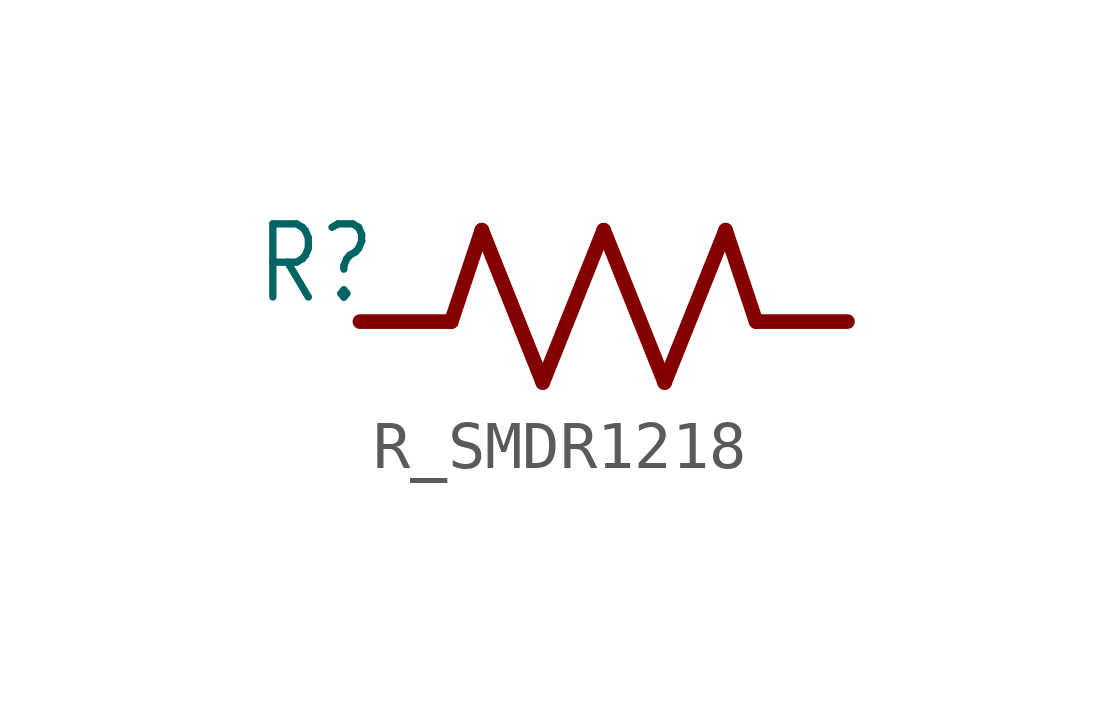
<source format=kicad_sym>
(kicad_symbol_lib
  (version 20231120)
  (generator "kicad_symbol_editor")
  (generator_version "8.0")
  (symbol "R_SMDR1218"
    (property "Reference" "R"
      (at -7.303 0.318 0)
      (effects (font (size 1.524 1.295)) (justify left bottom)))
    (property "Value" ""
      (at 3.334 0.318 0)
      (effects (font (size 1.524 1.295)) (justify left bottom)))
    (property "ki_locked" ""
      (at 0 0 0)
      (effects (font (size 1.27 1.27))))
    (symbol "R_SMDR1218_1_0"
      (polyline (pts (xy -3.175 0) (xy -5.08 0)) (stroke (width 0.305) (type solid)) (fill (type none)))
      (polyline (pts (xy -2.54 1.905) (xy -3.175 0)) (stroke (width 0.305) (type solid)) (fill (type none)))
      (polyline (pts (xy -2.54 1.905) (xy -1.27 -1.27)) (stroke (width 0.305) (type solid)) (fill (type none)))
      (polyline (pts (xy -1.27 -1.27) (xy 0 1.905)) (stroke (width 0.305) (type solid)) (fill (type none)))
      (polyline (pts (xy 0 1.905) (xy 1.27 -1.27)) (stroke (width 0.305) (type solid)) (fill (type none)))
      (polyline (pts (xy 1.27 -1.27) (xy 2.54 1.905)) (stroke (width 0.305) (type solid)) (fill (type none)))
      (polyline (pts (xy 2.54 1.905) (xy 3.175 0)) (stroke (width 0.305) (type solid)) (fill (type none)))
      (polyline (pts (xy 3.175 0) (xy 5.08 0)) (stroke (width 0.305) (type solid)) (fill (type none)))
      (pin passive line (at -5.08 0 0) (length 0) (name "1" (effects (font (size 0 0)))) (number "P$1" (effects (font (size 0 0)))))
      (pin passive line (at 5.08 0 180) (length 0) (name "2" (effects (font (size 0 0)))) (number "P$2" (effects (font (size 0 0))))))))
</source>
